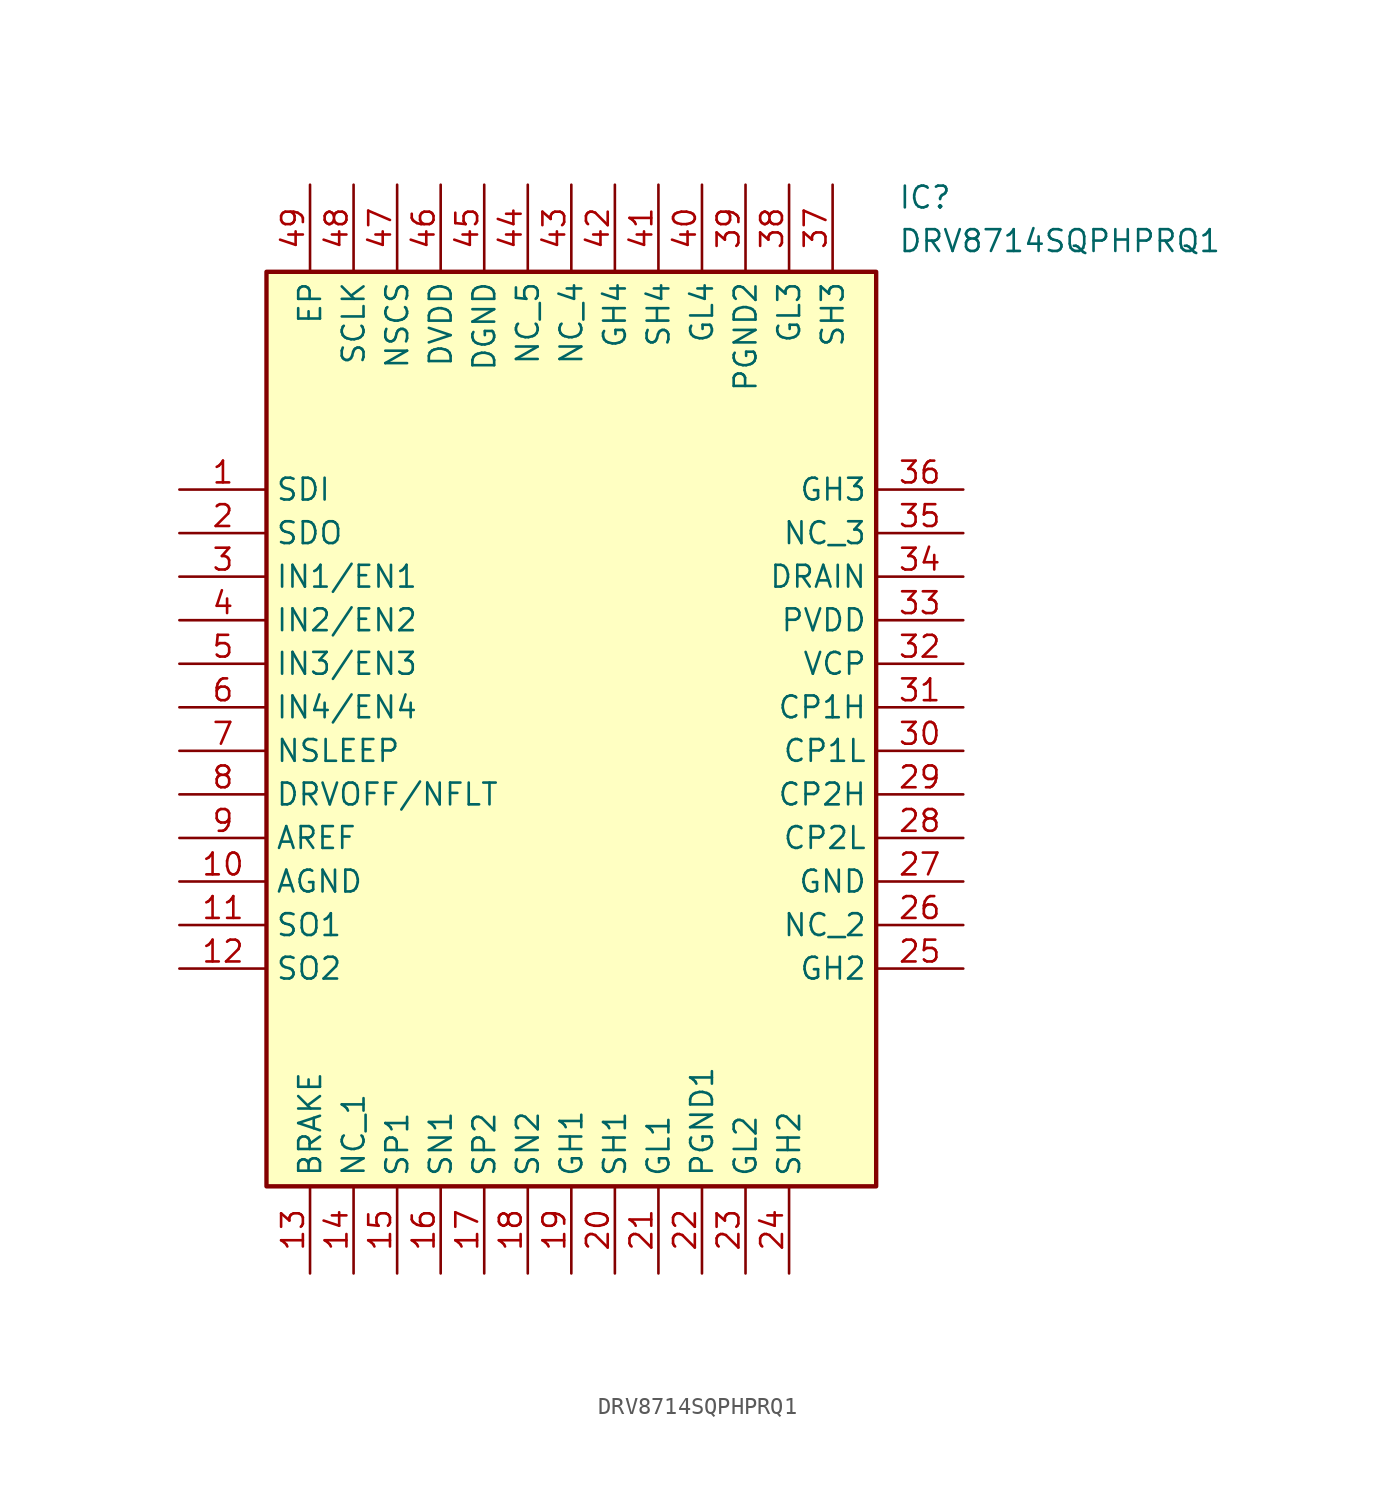
<source format=kicad_sym>
(kicad_symbol_lib
  (version 20211014)
  (generator SamacSys_ECAD_Model)
  (symbol "DRV8714SQPHPRQ1"
    (property "Reference" "IC"
      (at 41.91 17.78 0)
      (effects (font (size 1.27 1.27)) (justify left top)))
    (property "Value" "DRV8714SQPHPRQ1"
      (at 41.91 15.24 0)
      (effects (font (size 1.27 1.27)) (justify left top)))
    (rectangle
      (start 5.08 12.7)
      (end 40.64 -40.64)
      (stroke (width 0.254) (type default))
      (fill (type background)))
    (pin passive line
      (at 0 0 0)
      (length 5.08)
      (name "SDI" (effects (font (size 1.27 1.27))))
      (number "1" (effects (font (size 1.27 1.27)))))
    (pin passive line
      (at 0 -2.54 0)
      (length 5.08)
      (name "SDO" (effects (font (size 1.27 1.27))))
      (number "2" (effects (font (size 1.27 1.27)))))
    (pin passive line
      (at 0 -5.08 0)
      (length 5.08)
      (name "IN1/EN1" (effects (font (size 1.27 1.27))))
      (number "3" (effects (font (size 1.27 1.27)))))
    (pin passive line
      (at 0 -7.62 0)
      (length 5.08)
      (name "IN2/EN2" (effects (font (size 1.27 1.27))))
      (number "4" (effects (font (size 1.27 1.27)))))
    (pin passive line
      (at 0 -10.16 0)
      (length 5.08)
      (name "IN3/EN3" (effects (font (size 1.27 1.27))))
      (number "5" (effects (font (size 1.27 1.27)))))
    (pin passive line
      (at 0 -12.7 0)
      (length 5.08)
      (name "IN4/EN4" (effects (font (size 1.27 1.27))))
      (number "6" (effects (font (size 1.27 1.27)))))
    (pin passive line
      (at 0 -15.24 0)
      (length 5.08)
      (name "NSLEEP" (effects (font (size 1.27 1.27))))
      (number "7" (effects (font (size 1.27 1.27)))))
    (pin passive line
      (at 0 -17.78 0)
      (length 5.08)
      (name "DRVOFF/NFLT" (effects (font (size 1.27 1.27))))
      (number "8" (effects (font (size 1.27 1.27)))))
    (pin passive line
      (at 0 -20.32 0)
      (length 5.08)
      (name "AREF" (effects (font (size 1.27 1.27))))
      (number "9" (effects (font (size 1.27 1.27)))))
    (pin passive line
      (at 0 -22.86 0)
      (length 5.08)
      (name "AGND" (effects (font (size 1.27 1.27))))
      (number "10" (effects (font (size 1.27 1.27)))))
    (pin passive line
      (at 0 -25.4 0)
      (length 5.08)
      (name "SO1" (effects (font (size 1.27 1.27))))
      (number "11" (effects (font (size 1.27 1.27)))))
    (pin passive line
      (at 0 -27.94 0)
      (length 5.08)
      (name "SO2" (effects (font (size 1.27 1.27))))
      (number "12" (effects (font (size 1.27 1.27)))))
    (pin passive line
      (at 7.62 -45.72 90)
      (length 5.08)
      (name "BRAKE" (effects (font (size 1.27 1.27))))
      (number "13" (effects (font (size 1.27 1.27)))))
    (pin passive line
      (at 10.16 -45.72 90)
      (length 5.08)
      (name "NC_1" (effects (font (size 1.27 1.27))))
      (number "14" (effects (font (size 1.27 1.27)))))
    (pin passive line
      (at 12.7 -45.72 90)
      (length 5.08)
      (name "SP1" (effects (font (size 1.27 1.27))))
      (number "15" (effects (font (size 1.27 1.27)))))
    (pin passive line
      (at 15.24 -45.72 90)
      (length 5.08)
      (name "SN1" (effects (font (size 1.27 1.27))))
      (number "16" (effects (font (size 1.27 1.27)))))
    (pin passive line
      (at 17.78 -45.72 90)
      (length 5.08)
      (name "SP2" (effects (font (size 1.27 1.27))))
      (number "17" (effects (font (size 1.27 1.27)))))
    (pin passive line
      (at 20.32 -45.72 90)
      (length 5.08)
      (name "SN2" (effects (font (size 1.27 1.27))))
      (number "18" (effects (font (size 1.27 1.27)))))
    (pin passive line
      (at 22.86 -45.72 90)
      (length 5.08)
      (name "GH1" (effects (font (size 1.27 1.27))))
      (number "19" (effects (font (size 1.27 1.27)))))
    (pin passive line
      (at 25.4 -45.72 90)
      (length 5.08)
      (name "SH1" (effects (font (size 1.27 1.27))))
      (number "20" (effects (font (size 1.27 1.27)))))
    (pin passive line
      (at 27.94 -45.72 90)
      (length 5.08)
      (name "GL1" (effects (font (size 1.27 1.27))))
      (number "21" (effects (font (size 1.27 1.27)))))
    (pin passive line
      (at 30.48 -45.72 90)
      (length 5.08)
      (name "PGND1" (effects (font (size 1.27 1.27))))
      (number "22" (effects (font (size 1.27 1.27)))))
    (pin passive line
      (at 33.02 -45.72 90)
      (length 5.08)
      (name "GL2" (effects (font (size 1.27 1.27))))
      (number "23" (effects (font (size 1.27 1.27)))))
    (pin passive line
      (at 35.56 -45.72 90)
      (length 5.08)
      (name "SH2" (effects (font (size 1.27 1.27))))
      (number "24" (effects (font (size 1.27 1.27)))))
    (pin passive line
      (at 45.72 0 180)
      (length 5.08)
      (name "GH3" (effects (font (size 1.27 1.27))))
      (number "36" (effects (font (size 1.27 1.27)))))
    (pin passive line
      (at 45.72 -2.54 180)
      (length 5.08)
      (name "NC_3" (effects (font (size 1.27 1.27))))
      (number "35" (effects (font (size 1.27 1.27)))))
    (pin passive line
      (at 45.72 -5.08 180)
      (length 5.08)
      (name "DRAIN" (effects (font (size 1.27 1.27))))
      (number "34" (effects (font (size 1.27 1.27)))))
    (pin passive line
      (at 45.72 -7.62 180)
      (length 5.08)
      (name "PVDD" (effects (font (size 1.27 1.27))))
      (number "33" (effects (font (size 1.27 1.27)))))
    (pin passive line
      (at 45.72 -10.16 180)
      (length 5.08)
      (name "VCP" (effects (font (size 1.27 1.27))))
      (number "32" (effects (font (size 1.27 1.27)))))
    (pin passive line
      (at 45.72 -12.7 180)
      (length 5.08)
      (name "CP1H" (effects (font (size 1.27 1.27))))
      (number "31" (effects (font (size 1.27 1.27)))))
    (pin passive line
      (at 45.72 -15.24 180)
      (length 5.08)
      (name "CP1L" (effects (font (size 1.27 1.27))))
      (number "30" (effects (font (size 1.27 1.27)))))
    (pin passive line
      (at 45.72 -17.78 180)
      (length 5.08)
      (name "CP2H" (effects (font (size 1.27 1.27))))
      (number "29" (effects (font (size 1.27 1.27)))))
    (pin passive line
      (at 45.72 -20.32 180)
      (length 5.08)
      (name "CP2L" (effects (font (size 1.27 1.27))))
      (number "28" (effects (font (size 1.27 1.27)))))
    (pin passive line
      (at 45.72 -22.86 180)
      (length 5.08)
      (name "GND" (effects (font (size 1.27 1.27))))
      (number "27" (effects (font (size 1.27 1.27)))))
    (pin passive line
      (at 45.72 -25.4 180)
      (length 5.08)
      (name "NC_2" (effects (font (size 1.27 1.27))))
      (number "26" (effects (font (size 1.27 1.27)))))
    (pin passive line
      (at 45.72 -27.94 180)
      (length 5.08)
      (name "GH2" (effects (font (size 1.27 1.27))))
      (number "25" (effects (font (size 1.27 1.27)))))
    (pin passive line
      (at 7.62 17.78 270)
      (length 5.08)
      (name "EP" (effects (font (size 1.27 1.27))))
      (number "49" (effects (font (size 1.27 1.27)))))
    (pin passive line
      (at 10.16 17.78 270)
      (length 5.08)
      (name "SCLK" (effects (font (size 1.27 1.27))))
      (number "48" (effects (font (size 1.27 1.27)))))
    (pin passive line
      (at 12.7 17.78 270)
      (length 5.08)
      (name "NSCS" (effects (font (size 1.27 1.27))))
      (number "47" (effects (font (size 1.27 1.27)))))
    (pin passive line
      (at 15.24 17.78 270)
      (length 5.08)
      (name "DVDD" (effects (font (size 1.27 1.27))))
      (number "46" (effects (font (size 1.27 1.27)))))
    (pin passive line
      (at 17.78 17.78 270)
      (length 5.08)
      (name "DGND" (effects (font (size 1.27 1.27))))
      (number "45" (effects (font (size 1.27 1.27)))))
    (pin passive line
      (at 20.32 17.78 270)
      (length 5.08)
      (name "NC_5" (effects (font (size 1.27 1.27))))
      (number "44" (effects (font (size 1.27 1.27)))))
    (pin passive line
      (at 22.86 17.78 270)
      (length 5.08)
      (name "NC_4" (effects (font (size 1.27 1.27))))
      (number "43" (effects (font (size 1.27 1.27)))))
    (pin passive line
      (at 25.4 17.78 270)
      (length 5.08)
      (name "GH4" (effects (font (size 1.27 1.27))))
      (number "42" (effects (font (size 1.27 1.27)))))
    (pin passive line
      (at 27.94 17.78 270)
      (length 5.08)
      (name "SH4" (effects (font (size 1.27 1.27))))
      (number "41" (effects (font (size 1.27 1.27)))))
    (pin passive line
      (at 30.48 17.78 270)
      (length 5.08)
      (name "GL4" (effects (font (size 1.27 1.27))))
      (number "40" (effects (font (size 1.27 1.27)))))
    (pin passive line
      (at 33.02 17.78 270)
      (length 5.08)
      (name "PGND2" (effects (font (size 1.27 1.27))))
      (number "39" (effects (font (size 1.27 1.27)))))
    (pin passive line
      (at 35.56 17.78 270)
      (length 5.08)
      (name "GL3" (effects (font (size 1.27 1.27))))
      (number "38" (effects (font (size 1.27 1.27)))))
    (pin passive line
      (at 38.1 17.78 270)
      (length 5.08)
      (name "SH3" (effects (font (size 1.27 1.27))))
      (number "37" (effects (font (size 1.27 1.27)))))))
</source>
